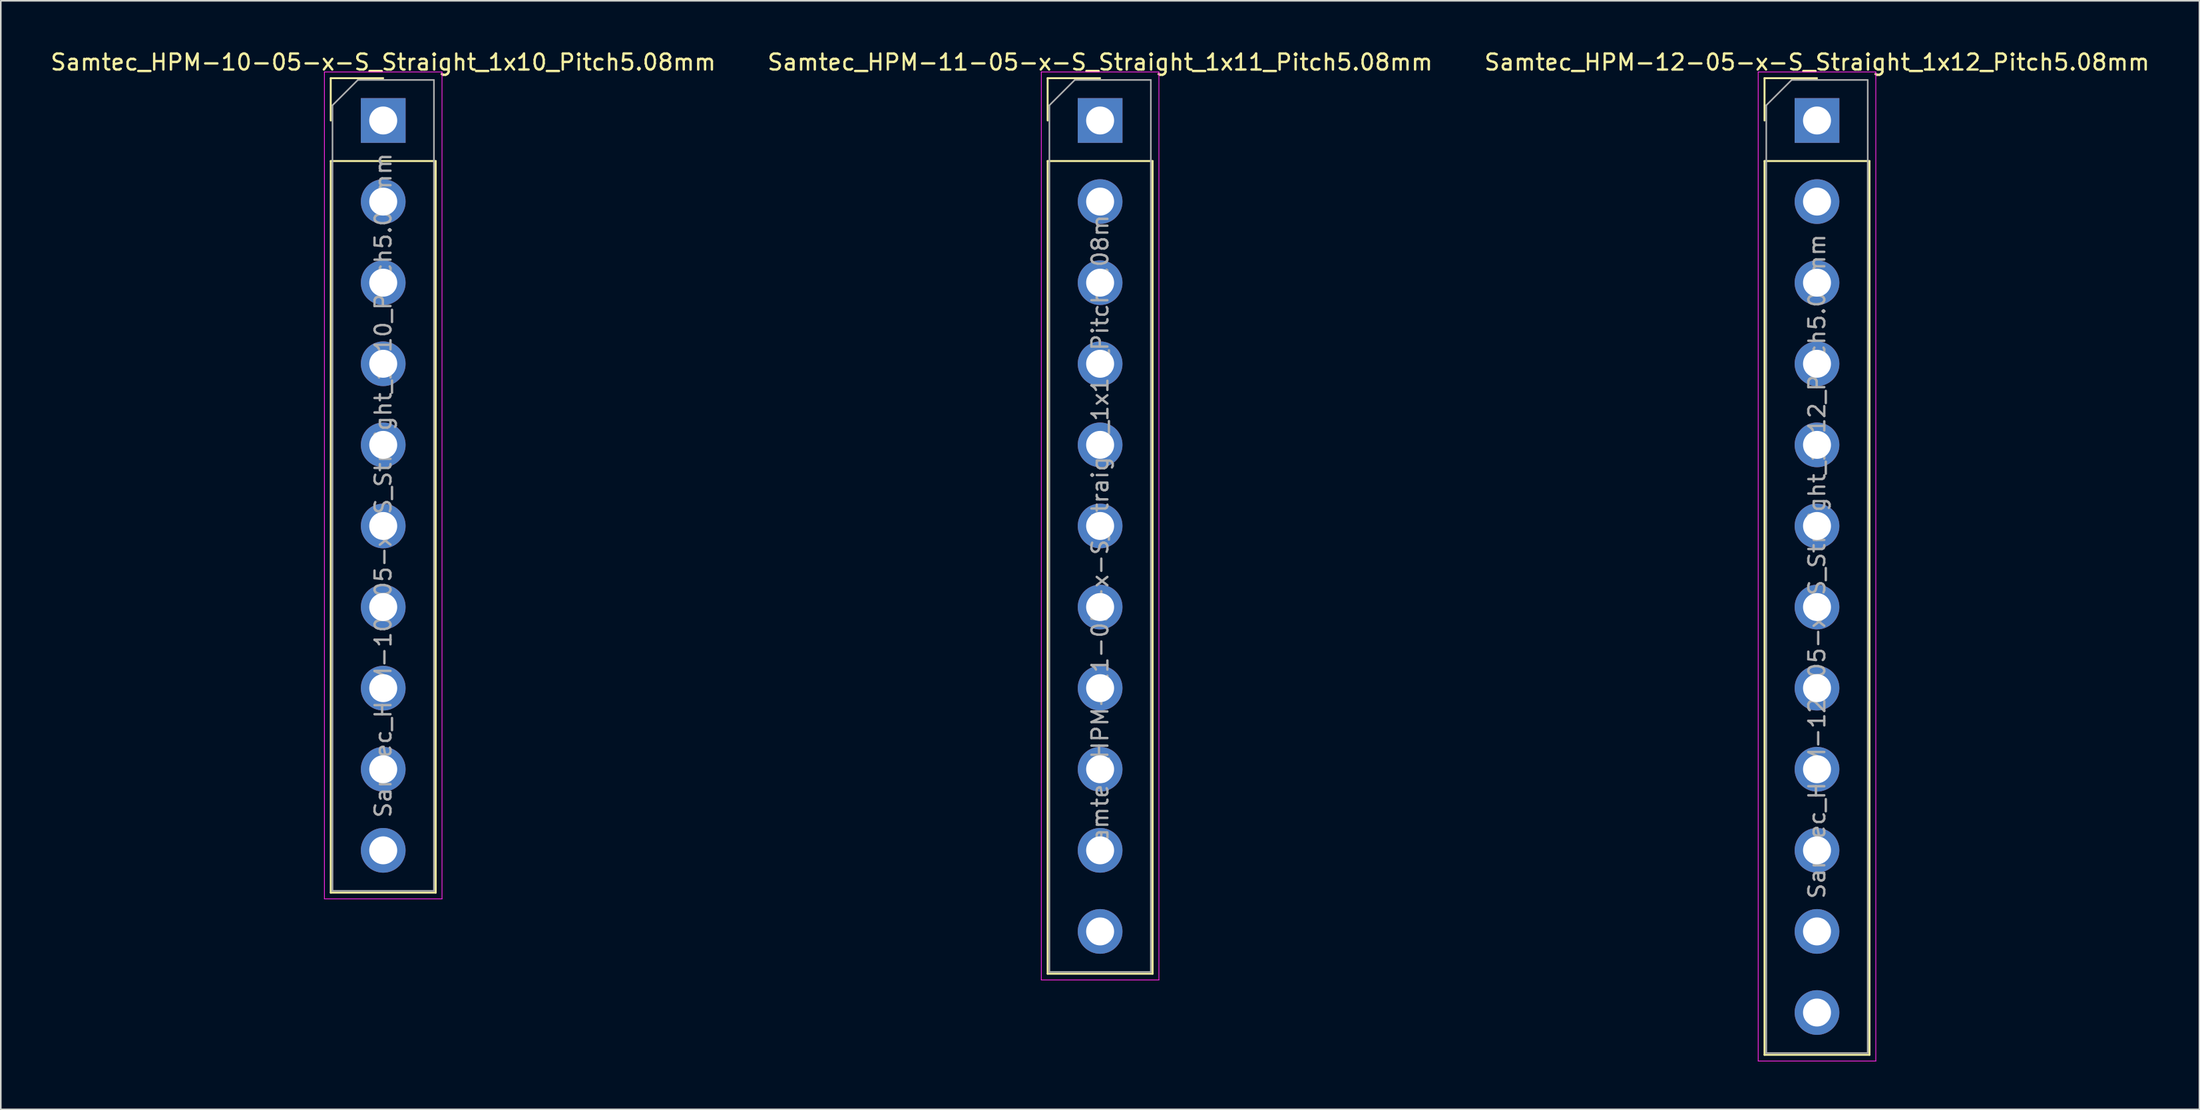
<source format=kicad_pcb>
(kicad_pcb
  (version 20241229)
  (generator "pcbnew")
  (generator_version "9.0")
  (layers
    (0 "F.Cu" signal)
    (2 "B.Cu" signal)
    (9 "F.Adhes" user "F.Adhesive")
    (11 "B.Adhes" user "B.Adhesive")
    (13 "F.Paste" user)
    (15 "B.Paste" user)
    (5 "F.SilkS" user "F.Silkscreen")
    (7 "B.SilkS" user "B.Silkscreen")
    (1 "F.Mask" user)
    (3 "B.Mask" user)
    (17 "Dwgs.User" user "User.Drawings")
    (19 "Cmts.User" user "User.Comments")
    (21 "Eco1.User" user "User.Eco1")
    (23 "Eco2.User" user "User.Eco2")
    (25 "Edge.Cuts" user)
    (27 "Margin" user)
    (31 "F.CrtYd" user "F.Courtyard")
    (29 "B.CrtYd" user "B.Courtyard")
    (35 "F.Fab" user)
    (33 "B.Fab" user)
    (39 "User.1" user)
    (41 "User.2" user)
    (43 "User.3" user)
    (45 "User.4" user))
  (footprint "Samtec_HPM-10-05-x-S_Straight_1x10_Pitch5.08mm"
    (layer "F.Cu")
    (at 20.935 4.498)
    (property "Reference" "Samtec_HPM-10-05-x-S_Straight_1x10_Pitch5.08mm" (at 0 -3.65 0) (layer "F.SilkS") (effects (font (size 1 1) (thickness 0.15))))
    (attr through_hole)
    (fp_line (start -3.285 -2.65) (end 0 -2.65) (stroke (width 0.12) (type solid)) (layer "F.SilkS"))
    (fp_line (start -3.285 0) (end -3.285 -2.65) (stroke (width 0.12) (type solid)) (layer "F.SilkS"))
    (fp_line (start -3.285 2.54) (end -3.285 48.37) (stroke (width 0.12) (type solid)) (layer "F.SilkS"))
    (fp_line (start -3.285 2.54) (end 3.285 2.54) (stroke (width 0.12) (type solid)) (layer "F.SilkS"))
    (fp_line (start -3.285 48.37) (end 3.285 48.37) (stroke (width 0.12) (type solid)) (layer "F.SilkS"))
    (fp_line (start 3.285 2.54) (end 3.285 48.37) (stroke (width 0.12) (type solid)) (layer "F.SilkS"))
    (fp_line (start -3.68 -3.04) (end -3.68 48.76) (stroke (width 0.05) (type solid)) (layer "F.CrtYd"))
    (fp_line (start -3.68 48.76) (end 3.68 48.76) (stroke (width 0.05) (type solid)) (layer "F.CrtYd"))
    (fp_line (start 3.68 -3.04) (end -3.68 -3.04) (stroke (width 0.05) (type solid)) (layer "F.CrtYd"))
    (fp_line (start 3.68 48.76) (end 3.68 -3.04) (stroke (width 0.05) (type solid)) (layer "F.CrtYd"))
    (fp_line (start -3.175 -0.953) (end -1.587 -2.54) (stroke (width 0.1) (type solid)) (layer "F.Fab"))
    (fp_line (start -3.175 48.26) (end -3.175 -0.953) (stroke (width 0.1) (type solid)) (layer "F.Fab"))
    (fp_line (start -1.587 -2.54) (end 3.175 -2.54) (stroke (width 0.1) (type solid)) (layer "F.Fab"))
    (fp_line (start 3.175 -2.54) (end 3.175 48.26) (stroke (width 0.1) (type solid)) (layer "F.Fab"))
    (fp_line (start 3.175 48.26) (end -3.175 48.26) (stroke (width 0.1) (type solid)) (layer "F.Fab"))
    (fp_text user "${REFERENCE}" (at 0 22.86 90) (layer "F.Fab") (effects (font (size 1 1) (thickness 0.15))))
    (pad "1" thru_hole rect (at 0 0) (size 2.8 2.8) (drill 1.75) (layers "*.Cu" "*.Mask"))
    (pad "2" thru_hole circle (at 0 5.08) (size 2.8 2.8) (drill 1.75) (layers "*.Cu" "*.Mask"))
    (pad "3" thru_hole circle (at 0 10.16) (size 2.8 2.8) (drill 1.75) (layers "*.Cu" "*.Mask"))
    (pad "4" thru_hole circle (at 0 15.24) (size 2.8 2.8) (drill 1.75) (layers "*.Cu" "*.Mask"))
    (pad "5" thru_hole circle (at 0 20.32) (size 2.8 2.8) (drill 1.75) (layers "*.Cu" "*.Mask"))
    (pad "6" thru_hole circle (at 0 25.4) (size 2.8 2.8) (drill 1.75) (layers "*.Cu" "*.Mask"))
    (pad "7" thru_hole circle (at 0 30.48) (size 2.8 2.8) (drill 1.75) (layers "*.Cu" "*.Mask"))
    (pad "8" thru_hole circle (at 0 35.56) (size 2.8 2.8) (drill 1.75) (layers "*.Cu" "*.Mask"))
    (pad "9" thru_hole circle (at 0 40.64) (size 2.8 2.8) (drill 1.75) (layers "*.Cu" "*.Mask"))
    (pad "10" thru_hole circle (at 0 45.72) (size 2.8 2.8) (drill 1.75) (layers "*.Cu" "*.Mask")))
  (footprint "Samtec_HPM-12-05-x-S_Straight_1x12_Pitch5.08mm"
    (layer "F.Cu")
    (at 110.673 4.498)
    (property "Reference" "Samtec_HPM-12-05-x-S_Straight_1x12_Pitch5.08mm" (at 0 -3.65 0) (layer "F.SilkS") (effects (font (size 1 1) (thickness 0.15))))
    (attr through_hole)
    (fp_line (start -3.285 -2.65) (end 0 -2.65) (stroke (width 0.12) (type solid)) (layer "F.SilkS"))
    (fp_line (start -3.285 0) (end -3.285 -2.65) (stroke (width 0.12) (type solid)) (layer "F.SilkS"))
    (fp_line (start -3.285 2.54) (end -3.285 58.53) (stroke (width 0.12) (type solid)) (layer "F.SilkS"))
    (fp_line (start -3.285 2.54) (end 3.285 2.54) (stroke (width 0.12) (type solid)) (layer "F.SilkS"))
    (fp_line (start -3.285 58.53) (end 3.285 58.53) (stroke (width 0.12) (type solid)) (layer "F.SilkS"))
    (fp_line (start 3.285 2.54) (end 3.285 58.53) (stroke (width 0.12) (type solid)) (layer "F.SilkS"))
    (fp_line (start -3.68 -3.04) (end -3.68 58.92) (stroke (width 0.05) (type solid)) (layer "F.CrtYd"))
    (fp_line (start -3.68 58.92) (end 3.68 58.92) (stroke (width 0.05) (type solid)) (layer "F.CrtYd"))
    (fp_line (start 3.68 -3.04) (end -3.68 -3.04) (stroke (width 0.05) (type solid)) (layer "F.CrtYd"))
    (fp_line (start 3.68 58.92) (end 3.68 -3.04) (stroke (width 0.05) (type solid)) (layer "F.CrtYd"))
    (fp_line (start -3.175 -0.953) (end -1.587 -2.54) (stroke (width 0.1) (type solid)) (layer "F.Fab"))
    (fp_line (start -3.175 58.42) (end -3.175 -0.953) (stroke (width 0.1) (type solid)) (layer "F.Fab"))
    (fp_line (start -1.587 -2.54) (end 3.175 -2.54) (stroke (width 0.1) (type solid)) (layer "F.Fab"))
    (fp_line (start 3.175 -2.54) (end 3.175 58.42) (stroke (width 0.1) (type solid)) (layer "F.Fab"))
    (fp_line (start 3.175 58.42) (end -3.175 58.42) (stroke (width 0.1) (type solid)) (layer "F.Fab"))
    (fp_text user "${REFERENCE}" (at 0 27.94 90) (layer "F.Fab") (effects (font (size 1 1) (thickness 0.15))))
    (pad "1" thru_hole rect (at 0 0) (size 2.8 2.8) (drill 1.75) (layers "*.Cu" "*.Mask"))
    (pad "2" thru_hole circle (at 0 5.08) (size 2.8 2.8) (drill 1.75) (layers "*.Cu" "*.Mask"))
    (pad "3" thru_hole circle (at 0 10.16) (size 2.8 2.8) (drill 1.75) (layers "*.Cu" "*.Mask"))
    (pad "4" thru_hole circle (at 0 15.24) (size 2.8 2.8) (drill 1.75) (layers "*.Cu" "*.Mask"))
    (pad "5" thru_hole circle (at 0 20.32) (size 2.8 2.8) (drill 1.75) (layers "*.Cu" "*.Mask"))
    (pad "6" thru_hole circle (at 0 25.4) (size 2.8 2.8) (drill 1.75) (layers "*.Cu" "*.Mask"))
    (pad "7" thru_hole circle (at 0 30.48) (size 2.8 2.8) (drill 1.75) (layers "*.Cu" "*.Mask"))
    (pad "8" thru_hole circle (at 0 35.56) (size 2.8 2.8) (drill 1.75) (layers "*.Cu" "*.Mask"))
    (pad "9" thru_hole circle (at 0 40.64) (size 2.8 2.8) (drill 1.75) (layers "*.Cu" "*.Mask"))
    (pad "10" thru_hole circle (at 0 45.72) (size 2.8 2.8) (drill 1.75) (layers "*.Cu" "*.Mask"))
    (pad "11" thru_hole circle (at 0 50.8) (size 2.8 2.8) (drill 1.75) (layers "*.Cu" "*.Mask"))
    (pad "12" thru_hole circle (at 0 55.88) (size 2.8 2.8) (drill 1.75) (layers "*.Cu" "*.Mask")))
  (footprint "Samtec_HPM-11-05-x-S_Straight_1x11_Pitch5.08mm"
    (layer "F.Cu")
    (at 65.804 4.498)
    (property "Reference" "Samtec_HPM-11-05-x-S_Straight_1x11_Pitch5.08mm" (at 0 -3.65 0) (layer "F.SilkS") (effects (font (size 1 1) (thickness 0.15))))
    (attr through_hole)
    (fp_line (start -3.285 -2.65) (end 0 -2.65) (stroke (width 0.12) (type solid)) (layer "F.SilkS"))
    (fp_line (start -3.285 0) (end -3.285 -2.65) (stroke (width 0.12) (type solid)) (layer "F.SilkS"))
    (fp_line (start -3.285 2.54) (end -3.285 53.45) (stroke (width 0.12) (type solid)) (layer "F.SilkS"))
    (fp_line (start -3.285 2.54) (end 3.285 2.54) (stroke (width 0.12) (type solid)) (layer "F.SilkS"))
    (fp_line (start -3.285 53.45) (end 3.285 53.45) (stroke (width 0.12) (type solid)) (layer "F.SilkS"))
    (fp_line (start 3.285 2.54) (end 3.285 53.45) (stroke (width 0.12) (type solid)) (layer "F.SilkS"))
    (fp_line (start -3.68 -3.04) (end -3.68 53.84) (stroke (width 0.05) (type solid)) (layer "F.CrtYd"))
    (fp_line (start -3.68 53.84) (end 3.68 53.84) (stroke (width 0.05) (type solid)) (layer "F.CrtYd"))
    (fp_line (start 3.68 -3.04) (end -3.68 -3.04) (stroke (width 0.05) (type solid)) (layer "F.CrtYd"))
    (fp_line (start 3.68 53.84) (end 3.68 -3.04) (stroke (width 0.05) (type solid)) (layer "F.CrtYd"))
    (fp_line (start -3.175 -0.953) (end -1.587 -2.54) (stroke (width 0.1) (type solid)) (layer "F.Fab"))
    (fp_line (start -3.175 53.34) (end -3.175 -0.953) (stroke (width 0.1) (type solid)) (layer "F.Fab"))
    (fp_line (start -1.587 -2.54) (end 3.175 -2.54) (stroke (width 0.1) (type solid)) (layer "F.Fab"))
    (fp_line (start 3.175 -2.54) (end 3.175 53.34) (stroke (width 0.1) (type solid)) (layer "F.Fab"))
    (fp_line (start 3.175 53.34) (end -3.175 53.34) (stroke (width 0.1) (type solid)) (layer "F.Fab"))
    (fp_text user "${REFERENCE}" (at 0 25.4 90) (layer "F.Fab") (effects (font (size 1 1) (thickness 0.15))))
    (pad "1" thru_hole rect (at 0 0) (size 2.8 2.8) (drill 1.75) (layers "*.Cu" "*.Mask"))
    (pad "2" thru_hole circle (at 0 5.08) (size 2.8 2.8) (drill 1.75) (layers "*.Cu" "*.Mask"))
    (pad "3" thru_hole circle (at 0 10.16) (size 2.8 2.8) (drill 1.75) (layers "*.Cu" "*.Mask"))
    (pad "4" thru_hole circle (at 0 15.24) (size 2.8 2.8) (drill 1.75) (layers "*.Cu" "*.Mask"))
    (pad "5" thru_hole circle (at 0 20.32) (size 2.8 2.8) (drill 1.75) (layers "*.Cu" "*.Mask"))
    (pad "6" thru_hole circle (at 0 25.4) (size 2.8 2.8) (drill 1.75) (layers "*.Cu" "*.Mask"))
    (pad "7" thru_hole circle (at 0 30.48) (size 2.8 2.8) (drill 1.75) (layers "*.Cu" "*.Mask"))
    (pad "8" thru_hole circle (at 0 35.56) (size 2.8 2.8) (drill 1.75) (layers "*.Cu" "*.Mask"))
    (pad "9" thru_hole circle (at 0 40.64) (size 2.8 2.8) (drill 1.75) (layers "*.Cu" "*.Mask"))
    (pad "10" thru_hole circle (at 0 45.72) (size 2.8 2.8) (drill 1.75) (layers "*.Cu" "*.Mask"))
    (pad "11" thru_hole circle (at 0 50.8) (size 2.8 2.8) (drill 1.75) (layers "*.Cu" "*.Mask")))
  (gr_rect
    (start -3 -3)
    (end 134.607 66.443)
    (stroke (width 0.1) (type default))
    (fill no)
    (layer "Edge.Cuts")))
</source>
